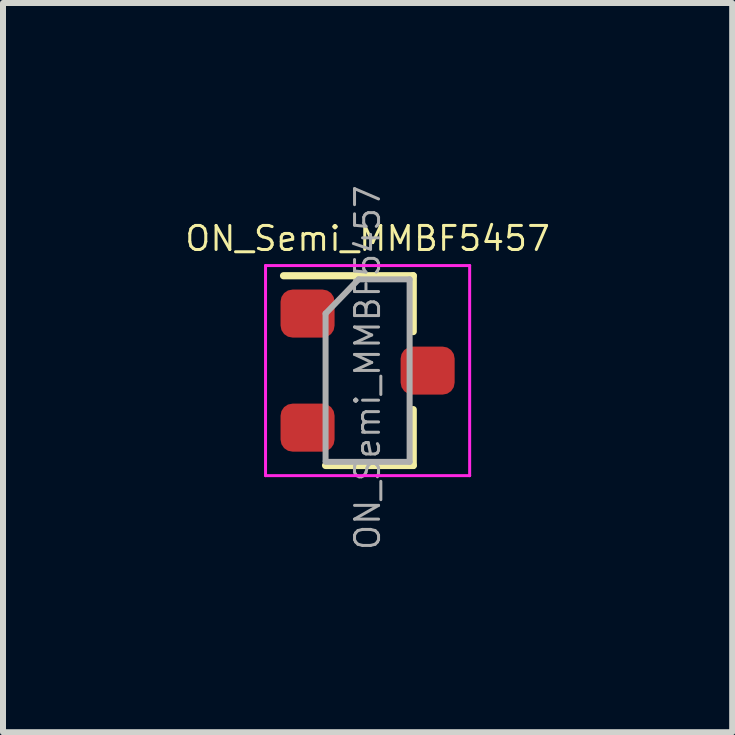
<source format=kicad_pcb>
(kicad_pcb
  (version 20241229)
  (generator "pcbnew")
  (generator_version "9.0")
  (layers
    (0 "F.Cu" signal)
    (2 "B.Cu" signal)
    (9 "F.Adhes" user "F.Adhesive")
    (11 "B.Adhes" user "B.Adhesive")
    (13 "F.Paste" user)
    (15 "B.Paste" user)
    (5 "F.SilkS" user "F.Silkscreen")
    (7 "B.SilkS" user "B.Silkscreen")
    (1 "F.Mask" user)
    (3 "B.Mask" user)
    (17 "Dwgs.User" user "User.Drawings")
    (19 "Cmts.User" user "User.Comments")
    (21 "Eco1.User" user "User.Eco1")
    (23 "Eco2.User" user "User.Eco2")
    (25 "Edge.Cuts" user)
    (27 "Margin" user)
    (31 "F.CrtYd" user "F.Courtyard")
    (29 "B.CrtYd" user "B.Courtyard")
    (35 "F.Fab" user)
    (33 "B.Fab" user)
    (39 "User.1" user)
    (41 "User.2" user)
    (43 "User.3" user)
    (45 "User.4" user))
  (footprint "ON_Semi_MMBF5457"
    (layer "F.Cu")
    (at 3.073 3.123)
    (property "Reference" "ON_Semi_MMBF5457" (at 0 -2.2 0) (layer "F.SilkS") (effects (font (size 0.4 0.4) (thickness 0.05))))
    (attr smd)
    (fp_line (start 0.76 -1.58) (end -1.4 -1.58) (stroke (width 0.12) (type solid)) (layer "F.SilkS"))
    (fp_line (start 0.76 -1.58) (end 0.76 -0.65) (stroke (width 0.12) (type solid)) (layer "F.SilkS"))
    (fp_line (start 0.76 1.58) (end -0.7 1.58) (stroke (width 0.12) (type solid)) (layer "F.SilkS"))
    (fp_line (start 0.76 1.58) (end 0.76 0.65) (stroke (width 0.12) (type solid)) (layer "F.SilkS"))
    (fp_line (start -1.7 -1.75) (end 1.7 -1.75) (stroke (width 0.05) (type solid)) (layer "F.CrtYd"))
    (fp_line (start -1.7 1.75) (end -1.7 -1.75) (stroke (width 0.05) (type solid)) (layer "F.CrtYd"))
    (fp_line (start 1.7 -1.75) (end 1.7 1.75) (stroke (width 0.05) (type solid)) (layer "F.CrtYd"))
    (fp_line (start 1.7 1.75) (end -1.7 1.75) (stroke (width 0.05) (type solid)) (layer "F.CrtYd"))
    (fp_line (start -0.7 -0.95) (end -0.7 1.5) (stroke (width 0.1) (type solid)) (layer "F.Fab"))
    (fp_line (start -0.7 -0.95) (end -0.15 -1.52) (stroke (width 0.1) (type solid)) (layer "F.Fab"))
    (fp_line (start -0.7 1.52) (end 0.7 1.52) (stroke (width 0.1) (type solid)) (layer "F.Fab"))
    (fp_line (start -0.15 -1.52) (end 0.7 -1.52) (stroke (width 0.1) (type solid)) (layer "F.Fab"))
    (fp_line (start 0.7 -1.52) (end 0.7 1.52) (stroke (width 0.1) (type solid)) (layer "F.Fab"))
    (fp_text user "${REFERENCE}" (at 0 -0.05 90) (layer "F.Fab") (effects (font (size 0.4 0.4) (thickness 0.05))))
    (pad "1" smd roundrect (at -1 -0.95) (size 0.9 0.8) (layers "F.Cu" "F.Mask" "F.Paste") (roundrect_rratio 0.25))
    (pad "2" smd roundrect (at -1 0.95) (size 0.9 0.8) (layers "F.Cu" "F.Mask" "F.Paste") (roundrect_rratio 0.25))
    (pad "3" smd roundrect (at 1 0) (size 0.9 0.8) (layers "F.Cu" "F.Mask" "F.Paste") (roundrect_rratio 0.25)))
  (gr_rect
    (start -3 -3)
    (end 9.146 9.146)
    (stroke (width 0.1) (type default))
    (fill no)
    (layer "Edge.Cuts")))
</source>
